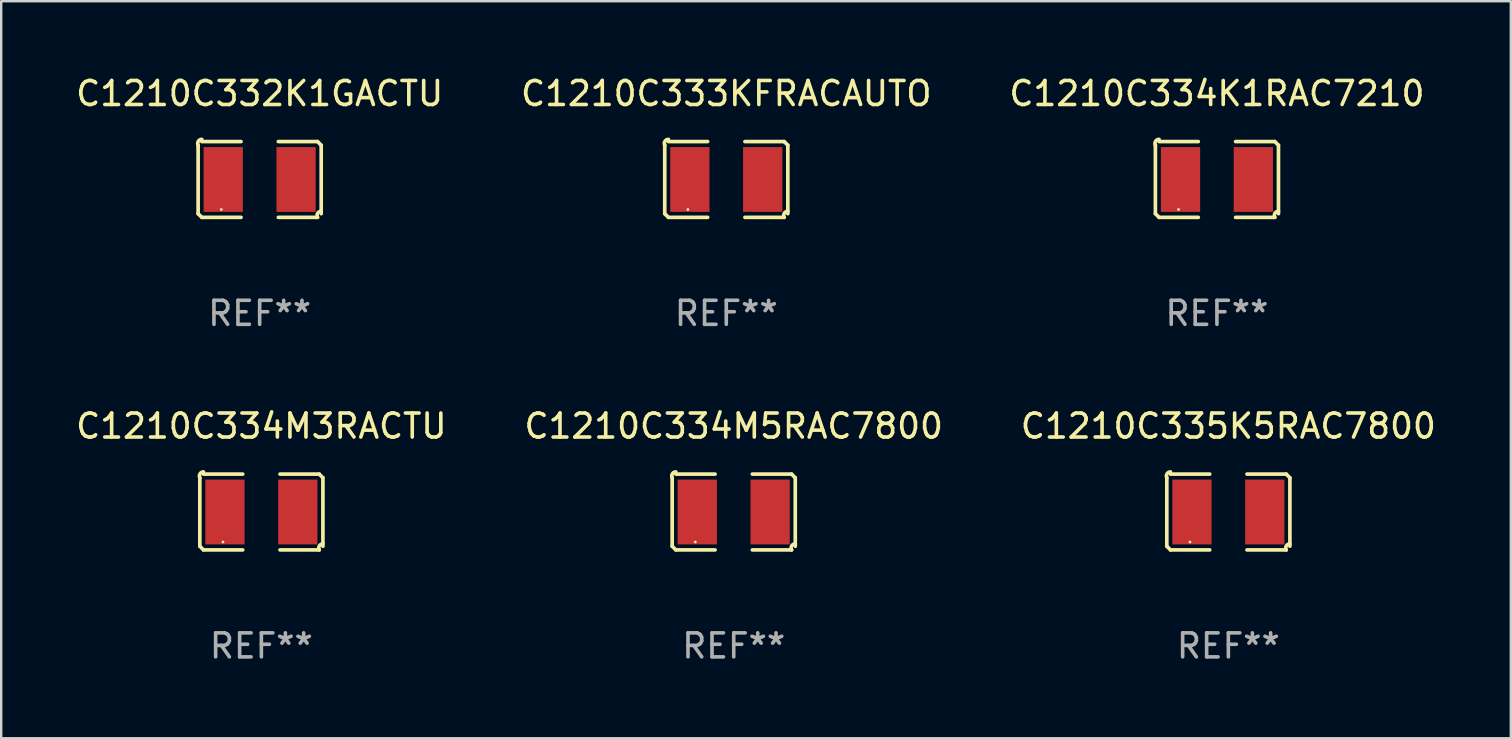
<source format=kicad_pcb>
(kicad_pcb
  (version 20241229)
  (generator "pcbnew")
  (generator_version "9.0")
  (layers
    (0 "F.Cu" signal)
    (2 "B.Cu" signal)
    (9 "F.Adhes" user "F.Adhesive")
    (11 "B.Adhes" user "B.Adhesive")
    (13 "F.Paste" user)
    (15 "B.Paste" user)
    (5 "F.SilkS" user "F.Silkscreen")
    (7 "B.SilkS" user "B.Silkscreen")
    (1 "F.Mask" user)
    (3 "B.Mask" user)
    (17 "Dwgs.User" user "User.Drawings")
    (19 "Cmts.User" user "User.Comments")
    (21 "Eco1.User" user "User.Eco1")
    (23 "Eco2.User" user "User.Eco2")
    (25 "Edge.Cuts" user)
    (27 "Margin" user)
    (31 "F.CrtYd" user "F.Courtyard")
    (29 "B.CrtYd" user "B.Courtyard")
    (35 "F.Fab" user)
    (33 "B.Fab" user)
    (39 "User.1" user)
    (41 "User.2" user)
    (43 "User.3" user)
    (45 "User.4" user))
  (footprint "C1210C334M3RACTU"
    (layer "F.Cu")
    (at 7.839 18.281)
    (property "Reference" "C1210C334M3RACTU" (at 0 -3.579 0) (layer "F.SilkS") (effects (font (size 1 1) (thickness 0.15))))
    (attr through_hole)
    (fp_line (start -2.564 1.426) (end -2.564 -1.426) (stroke (width 0.152) (type solid)) (layer "F.SilkS"))
    (fp_line (start -2.411 -1.579) (end -0.776 -1.579) (stroke (width 0.152) (type solid)) (layer "F.SilkS"))
    (fp_line (start -0.776 1.579) (end -2.411 1.579) (stroke (width 0.152) (type solid)) (layer "F.SilkS"))
    (fp_line (start 0.776 1.579) (end 2.411 1.579) (stroke (width 0.152) (type solid)) (layer "F.SilkS"))
    (fp_line (start 2.411 -1.579) (end 0.776 -1.579) (stroke (width 0.152) (type solid)) (layer "F.SilkS"))
    (fp_line (start 2.564 1.426) (end 2.564 -1.426) (stroke (width 0.152) (type solid)) (layer "F.SilkS"))
    (fp_arc (start -2.563602 -1.426213) (mid -2.555597 -1.591233) (end -2.411201 -1.671518) (stroke (width 0.1524) (type solid)) (layer "F.SilkS"))
    (fp_arc (start -2.5636 1.426214) (mid -2.487389 1.502402) (end -2.411201 1.578613) (stroke (width 0.1524) (type solid)) (layer "F.SilkS"))
    (fp_arc (start 2.411197 -1.578618) (mid 2.487403 -1.502419) (end 2.563602 -1.426213) (stroke (width 0.1524) (type solid)) (layer "F.SilkS"))
    (fp_arc (start 2.411201 1.578613) (mid 2.416214 1.409455) (end 2.563602 1.32629) (stroke (width 0.1524) (type solid)) (layer "F.SilkS"))
    (fp_circle (center -1.6 1.25) (end -1.57 1.25) (stroke (width 0.06) (type solid)) (fill no) (layer "F.SilkS"))
    (fp_text user "REF**" (at 0 5.579 0) (layer "F.Fab") (effects (font (size 1 1) (thickness 0.15))))
    (pad "1" smd rect (at -1.517 0) (size 1.635 2.7) (layers "F.Cu" "F.Mask" "F.Paste"))
    (pad "2" smd rect (at 1.517 0) (size 1.635 2.7) (layers "F.Cu" "F.Mask" "F.Paste")))
  (footprint "C1210C335K5RAC7800"
    (layer "F.Cu")
    (at 48.125 18.281)
    (property "Reference" "C1210C335K5RAC7800" (at 0 -3.579 0) (layer "F.SilkS") (effects (font (size 1 1) (thickness 0.15))))
    (attr through_hole)
    (fp_line (start -2.564 1.426) (end -2.564 -1.426) (stroke (width 0.152) (type solid)) (layer "F.SilkS"))
    (fp_line (start -2.411 -1.579) (end -0.776 -1.579) (stroke (width 0.152) (type solid)) (layer "F.SilkS"))
    (fp_line (start -0.776 1.579) (end -2.411 1.579) (stroke (width 0.152) (type solid)) (layer "F.SilkS"))
    (fp_line (start 0.776 1.579) (end 2.411 1.579) (stroke (width 0.152) (type solid)) (layer "F.SilkS"))
    (fp_line (start 2.411 -1.579) (end 0.776 -1.579) (stroke (width 0.152) (type solid)) (layer "F.SilkS"))
    (fp_line (start 2.564 1.426) (end 2.564 -1.426) (stroke (width 0.152) (type solid)) (layer "F.SilkS"))
    (fp_arc (start -2.563602 -1.426213) (mid -2.555597 -1.591233) (end -2.411201 -1.671518) (stroke (width 0.1524) (type solid)) (layer "F.SilkS"))
    (fp_arc (start -2.5636 1.426214) (mid -2.487389 1.502402) (end -2.411201 1.578613) (stroke (width 0.1524) (type solid)) (layer "F.SilkS"))
    (fp_arc (start 2.411197 -1.578618) (mid 2.487403 -1.502419) (end 2.563602 -1.426213) (stroke (width 0.1524) (type solid)) (layer "F.SilkS"))
    (fp_arc (start 2.411201 1.578613) (mid 2.416214 1.409455) (end 2.563602 1.32629) (stroke (width 0.1524) (type solid)) (layer "F.SilkS"))
    (fp_circle (center -1.6 1.25) (end -1.57 1.25) (stroke (width 0.06) (type solid)) (fill no) (layer "F.SilkS"))
    (fp_text user "REF**" (at 0 5.579 0) (layer "F.Fab") (effects (font (size 1 1) (thickness 0.15))))
    (pad "1" smd rect (at -1.517 0) (size 1.635 2.7) (layers "F.Cu" "F.Mask" "F.Paste"))
    (pad "2" smd rect (at 1.517 0) (size 1.635 2.7) (layers "F.Cu" "F.Mask" "F.Paste")))
  (footprint "C1210C333KFRACAUTO"
    (layer "F.Cu")
    (at 27.208 4.427)
    (property "Reference" "C1210C333KFRACAUTO" (at 0 -3.579 0) (layer "F.SilkS") (effects (font (size 1 1) (thickness 0.15))))
    (attr through_hole)
    (fp_line (start -2.564 1.426) (end -2.564 -1.426) (stroke (width 0.152) (type solid)) (layer "F.SilkS"))
    (fp_line (start -2.411 -1.579) (end -0.776 -1.579) (stroke (width 0.152) (type solid)) (layer "F.SilkS"))
    (fp_line (start -0.776 1.579) (end -2.411 1.579) (stroke (width 0.152) (type solid)) (layer "F.SilkS"))
    (fp_line (start 0.776 1.579) (end 2.411 1.579) (stroke (width 0.152) (type solid)) (layer "F.SilkS"))
    (fp_line (start 2.411 -1.579) (end 0.776 -1.579) (stroke (width 0.152) (type solid)) (layer "F.SilkS"))
    (fp_line (start 2.564 1.426) (end 2.564 -1.426) (stroke (width 0.152) (type solid)) (layer "F.SilkS"))
    (fp_arc (start -2.563602 -1.426213) (mid -2.555597 -1.591233) (end -2.411201 -1.671518) (stroke (width 0.1524) (type solid)) (layer "F.SilkS"))
    (fp_arc (start -2.5636 1.426214) (mid -2.487389 1.502402) (end -2.411201 1.578613) (stroke (width 0.1524) (type solid)) (layer "F.SilkS"))
    (fp_arc (start 2.411197 -1.578618) (mid 2.487403 -1.502419) (end 2.563602 -1.426213) (stroke (width 0.1524) (type solid)) (layer "F.SilkS"))
    (fp_arc (start 2.411201 1.578613) (mid 2.416214 1.409455) (end 2.563602 1.32629) (stroke (width 0.1524) (type solid)) (layer "F.SilkS"))
    (fp_circle (center -1.6 1.25) (end -1.57 1.25) (stroke (width 0.06) (type solid)) (fill no) (layer "F.SilkS"))
    (fp_text user "REF**" (at 0 5.579 0) (layer "F.Fab") (effects (font (size 1 1) (thickness 0.15))))
    (pad "1" smd rect (at -1.517 0) (size 1.635 2.7) (layers "F.Cu" "F.Mask" "F.Paste"))
    (pad "2" smd rect (at 1.517 0) (size 1.635 2.7) (layers "F.Cu" "F.Mask" "F.Paste")))
  (footprint "C1210C332K1GACTU"
    (layer "F.Cu")
    (at 7.768 4.427)
    (property "Reference" "C1210C332K1GACTU" (at 0 -3.579 0) (layer "F.SilkS") (effects (font (size 1 1) (thickness 0.15))))
    (attr through_hole)
    (fp_line (start -2.564 1.426) (end -2.564 -1.426) (stroke (width 0.152) (type solid)) (layer "F.SilkS"))
    (fp_line (start -2.411 -1.579) (end -0.776 -1.579) (stroke (width 0.152) (type solid)) (layer "F.SilkS"))
    (fp_line (start -0.776 1.579) (end -2.411 1.579) (stroke (width 0.152) (type solid)) (layer "F.SilkS"))
    (fp_line (start 0.776 1.579) (end 2.411 1.579) (stroke (width 0.152) (type solid)) (layer "F.SilkS"))
    (fp_line (start 2.411 -1.579) (end 0.776 -1.579) (stroke (width 0.152) (type solid)) (layer "F.SilkS"))
    (fp_line (start 2.564 1.426) (end 2.564 -1.426) (stroke (width 0.152) (type solid)) (layer "F.SilkS"))
    (fp_arc (start -2.563602 -1.426213) (mid -2.555597 -1.591233) (end -2.411201 -1.671518) (stroke (width 0.1524) (type solid)) (layer "F.SilkS"))
    (fp_arc (start -2.5636 1.426214) (mid -2.487389 1.502402) (end -2.411201 1.578613) (stroke (width 0.1524) (type solid)) (layer "F.SilkS"))
    (fp_arc (start 2.411197 -1.578618) (mid 2.487403 -1.502419) (end 2.563602 -1.426213) (stroke (width 0.1524) (type solid)) (layer "F.SilkS"))
    (fp_arc (start 2.411201 1.578613) (mid 2.416214 1.409455) (end 2.563602 1.32629) (stroke (width 0.1524) (type solid)) (layer "F.SilkS"))
    (fp_circle (center -1.6 1.25) (end -1.57 1.25) (stroke (width 0.06) (type solid)) (fill no) (layer "F.SilkS"))
    (fp_text user "REF**" (at 0 5.579 0) (layer "F.Fab") (effects (font (size 1 1) (thickness 0.15))))
    (pad "1" smd rect (at -1.517 0) (size 1.635 2.7) (layers "F.Cu" "F.Mask" "F.Paste"))
    (pad "2" smd rect (at 1.517 0) (size 1.635 2.7) (layers "F.Cu" "F.Mask" "F.Paste")))
  (footprint "C1210C334M5RAC7800"
    (layer "F.Cu")
    (at 27.518 18.281)
    (property "Reference" "C1210C334M5RAC7800" (at 0 -3.579 0) (layer "F.SilkS") (effects (font (size 1 1) (thickness 0.15))))
    (attr through_hole)
    (fp_line (start -2.564 1.426) (end -2.564 -1.426) (stroke (width 0.152) (type solid)) (layer "F.SilkS"))
    (fp_line (start -2.411 -1.579) (end -0.776 -1.579) (stroke (width 0.152) (type solid)) (layer "F.SilkS"))
    (fp_line (start -0.776 1.579) (end -2.411 1.579) (stroke (width 0.152) (type solid)) (layer "F.SilkS"))
    (fp_line (start 0.776 1.579) (end 2.411 1.579) (stroke (width 0.152) (type solid)) (layer "F.SilkS"))
    (fp_line (start 2.411 -1.579) (end 0.776 -1.579) (stroke (width 0.152) (type solid)) (layer "F.SilkS"))
    (fp_line (start 2.564 1.426) (end 2.564 -1.426) (stroke (width 0.152) (type solid)) (layer "F.SilkS"))
    (fp_arc (start -2.563602 -1.426213) (mid -2.555597 -1.591233) (end -2.411201 -1.671518) (stroke (width 0.1524) (type solid)) (layer "F.SilkS"))
    (fp_arc (start -2.5636 1.426214) (mid -2.487389 1.502402) (end -2.411201 1.578613) (stroke (width 0.1524) (type solid)) (layer "F.SilkS"))
    (fp_arc (start 2.411197 -1.578618) (mid 2.487403 -1.502419) (end 2.563602 -1.426213) (stroke (width 0.1524) (type solid)) (layer "F.SilkS"))
    (fp_arc (start 2.411201 1.578613) (mid 2.416214 1.409455) (end 2.563602 1.32629) (stroke (width 0.1524) (type solid)) (layer "F.SilkS"))
    (fp_circle (center -1.6 1.25) (end -1.57 1.25) (stroke (width 0.06) (type solid)) (fill no) (layer "F.SilkS"))
    (fp_text user "REF**" (at 0 5.579 0) (layer "F.Fab") (effects (font (size 1 1) (thickness 0.15))))
    (pad "1" smd rect (at -1.517 0) (size 1.635 2.7) (layers "F.Cu" "F.Mask" "F.Paste"))
    (pad "2" smd rect (at 1.517 0) (size 1.635 2.7) (layers "F.Cu" "F.Mask" "F.Paste")))
  (footprint "C1210C334K1RAC7210"
    (layer "F.Cu")
    (at 47.649 4.427)
    (property "Reference" "C1210C334K1RAC7210" (at 0 -3.579 0) (layer "F.SilkS") (effects (font (size 1 1) (thickness 0.15))))
    (attr through_hole)
    (fp_line (start -2.564 1.426) (end -2.564 -1.426) (stroke (width 0.152) (type solid)) (layer "F.SilkS"))
    (fp_line (start -2.411 -1.579) (end -0.776 -1.579) (stroke (width 0.152) (type solid)) (layer "F.SilkS"))
    (fp_line (start -0.776 1.579) (end -2.411 1.579) (stroke (width 0.152) (type solid)) (layer "F.SilkS"))
    (fp_line (start 0.776 1.579) (end 2.411 1.579) (stroke (width 0.152) (type solid)) (layer "F.SilkS"))
    (fp_line (start 2.411 -1.579) (end 0.776 -1.579) (stroke (width 0.152) (type solid)) (layer "F.SilkS"))
    (fp_line (start 2.564 1.426) (end 2.564 -1.426) (stroke (width 0.152) (type solid)) (layer "F.SilkS"))
    (fp_arc (start -2.563602 -1.426213) (mid -2.555597 -1.591233) (end -2.411201 -1.671518) (stroke (width 0.1524) (type solid)) (layer "F.SilkS"))
    (fp_arc (start -2.5636 1.426214) (mid -2.487389 1.502402) (end -2.411201 1.578613) (stroke (width 0.1524) (type solid)) (layer "F.SilkS"))
    (fp_arc (start 2.411197 -1.578618) (mid 2.487403 -1.502419) (end 2.563602 -1.426213) (stroke (width 0.1524) (type solid)) (layer "F.SilkS"))
    (fp_arc (start 2.411201 1.578613) (mid 2.416214 1.409455) (end 2.563602 1.32629) (stroke (width 0.1524) (type solid)) (layer "F.SilkS"))
    (fp_circle (center -1.6 1.25) (end -1.57 1.25) (stroke (width 0.06) (type solid)) (fill no) (layer "F.SilkS"))
    (fp_text user "REF**" (at 0 5.579 0) (layer "F.Fab") (effects (font (size 1 1) (thickness 0.15))))
    (pad "1" smd rect (at -1.517 0) (size 1.635 2.7) (layers "F.Cu" "F.Mask" "F.Paste"))
    (pad "2" smd rect (at 1.517 0) (size 1.635 2.7) (layers "F.Cu" "F.Mask" "F.Paste")))
  (gr_rect
    (start -3 -3)
    (end 59.893 27.707)
    (stroke (width 0.1) (type default))
    (fill no)
    (layer "Edge.Cuts")))
</source>
